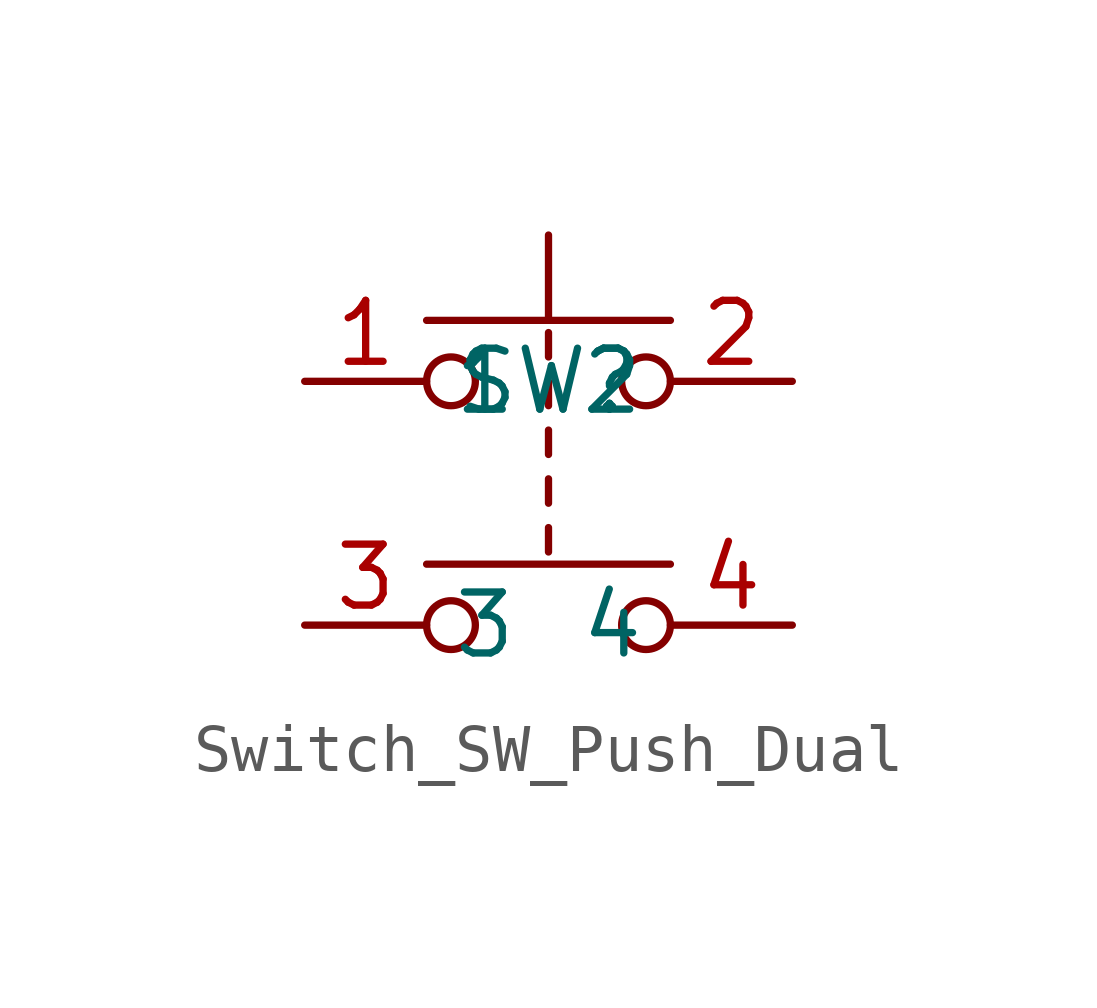
<source format=kicad_sym>
(kicad_symbol_lib
  (version 20241209)
  (generator "kicad_symbol_editor")
  (generator_version "9.0")
  (symbol "Switch_SW_Push_Dual"
    (property "Reference" "SW"
      (at 0 0 0)
      (effects (font (size 1.27 1.27))))
    (symbol "Switch_SW_Push_Dual_1_0"
      (circle (center -2.032 0) (radius 0.508) (stroke (width 0) (type default)) (fill (type none)))
      (circle (center -2.032 -5.08) (radius 0.508) (stroke (width 0) (type default)) (fill (type none)))
      (polyline (pts (xy 0 1.27) (xy 0 3.048)) (stroke (width 0) (type default)) (fill (type none)))
      (polyline (pts (xy 0 0.508) (xy 0 1.016)) (stroke (width 0) (type default)) (fill (type none)))
      (polyline (pts (xy 0 -0.508) (xy 0 0)) (stroke (width 0) (type default)) (fill (type none)))
      (polyline (pts (xy 0 -1.524) (xy 0 -1.016)) (stroke (width 0) (type default)) (fill (type none)))
      (polyline (pts (xy 0 -2.032) (xy 0 -2.54)) (stroke (width 0) (type default)) (fill (type none)))
      (polyline (pts (xy 0 -3.048) (xy 0 -3.556)) (stroke (width 0) (type default)) (fill (type none)))
      (circle (center 2.032 0) (radius 0.508) (stroke (width 0) (type default)) (fill (type none)))
      (circle (center 2.032 -5.08) (radius 0.508) (stroke (width 0) (type default)) (fill (type none)))
      (polyline (pts (xy 2.54 1.27) (xy -2.54 1.27)) (stroke (width 0) (type default)) (fill (type none)))
      (polyline (pts (xy 2.54 -3.81) (xy -2.54 -3.81)) (stroke (width 0) (type default)) (fill (type none)))
      (pin unspecified line (at -5.08 0 0) (length 2.54) (name "1" (effects (font (size 1.27 1.27)))) (number "1" (effects (font (size 1.27 1.27)))))
      (pin unspecified line (at -5.08 -5.08 0) (length 2.54) (name "3" (effects (font (size 1.27 1.27)))) (number "3" (effects (font (size 1.27 1.27)))))
      (pin unspecified line (at 5.08 0 180) (length 2.54) (name "2" (effects (font (size 1.27 1.27)))) (number "2" (effects (font (size 1.27 1.27)))))
      (pin unspecified line (at 5.08 -5.08 180) (length 2.54) (name "4" (effects (font (size 1.27 1.27)))) (number "4" (effects (font (size 1.27 1.27))))))))
</source>
